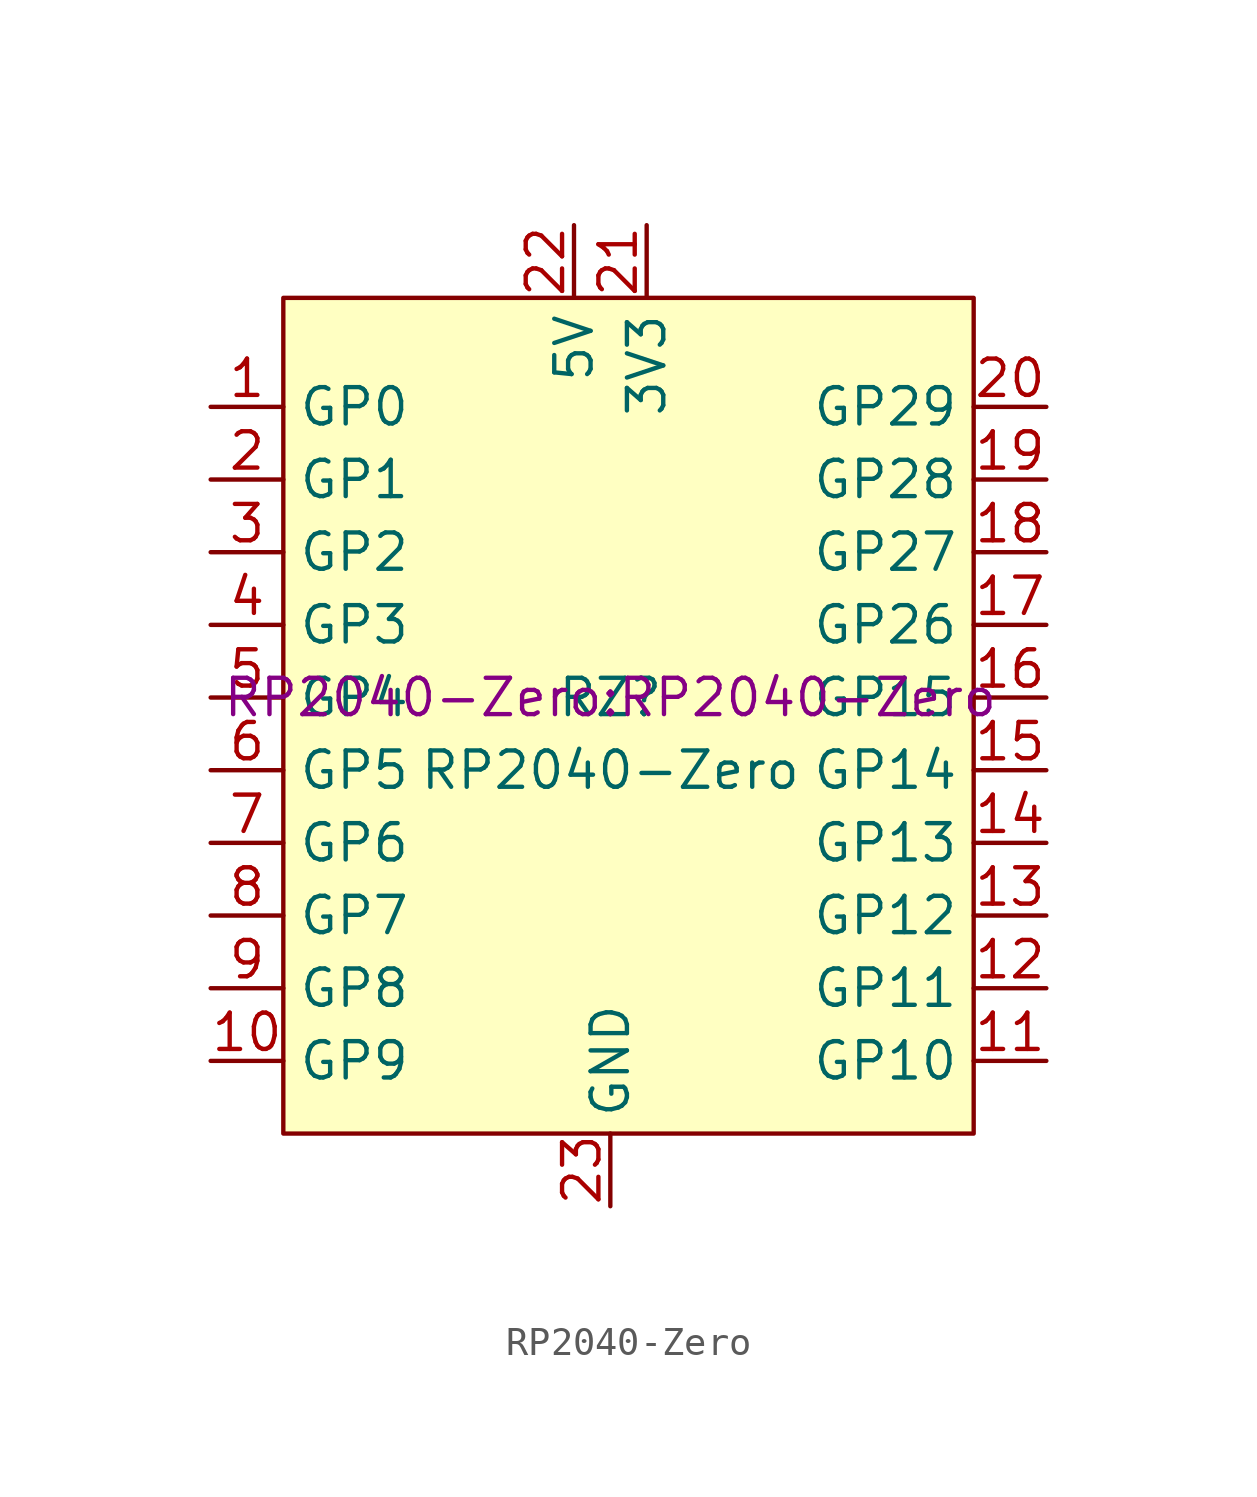
<source format=kicad_sym>
(kicad_symbol_lib
  (version 20211014)
  (generator kicad_symbol_editor)
  (symbol "RP2040-Zero"
    (property "Reference" "RZ"
      (at 0 0 0)
      (effects (font (size 1.27 1.27))))
    (property "Value" "RP2040-Zero"
      (at 0 -2.54 0)
      (effects (font (size 1.27 1.27))))
    (property "Footprint" "RP2040-Zero:RP2040-Zero"
      (at 0 0 0)
      (effects (font (size 1.27 1.27))))
    (symbol "RP2040-Zero_0_1"
      (rectangle (start -11.43 -15.24) (end 12.7 13.97) (stroke (width 0) (type default) (color 0 0 0 0)) (fill (type background))))
    (symbol "RP2040-Zero_1_1"
      (pin bidirectional line (at -13.97 10.16 0) (length 2.54) (name "GP0" (effects (font (size 1.27 1.27)))) (number "1" (effects (font (size 1.27 1.27)))))
      (pin bidirectional line (at -13.97 -12.7 0) (length 2.54) (name "GP9" (effects (font (size 1.27 1.27)))) (number "10" (effects (font (size 1.27 1.27)))))
      (pin bidirectional line (at 15.24 -12.7 180) (length 2.54) (name "GP10" (effects (font (size 1.27 1.27)))) (number "11" (effects (font (size 1.27 1.27)))))
      (pin bidirectional line (at 15.24 -10.16 180) (length 2.54) (name "GP11" (effects (font (size 1.27 1.27)))) (number "12" (effects (font (size 1.27 1.27)))))
      (pin bidirectional line (at 15.24 -7.62 180) (length 2.54) (name "GP12" (effects (font (size 1.27 1.27)))) (number "13" (effects (font (size 1.27 1.27)))))
      (pin bidirectional line (at 15.24 -5.08 180) (length 2.54) (name "GP13" (effects (font (size 1.27 1.27)))) (number "14" (effects (font (size 1.27 1.27)))))
      (pin bidirectional line (at 15.24 -2.54 180) (length 2.54) (name "GP14" (effects (font (size 1.27 1.27)))) (number "15" (effects (font (size 1.27 1.27)))))
      (pin bidirectional line (at 15.24 0 180) (length 2.54) (name "GP15" (effects (font (size 1.27 1.27)))) (number "16" (effects (font (size 1.27 1.27)))))
      (pin bidirectional line (at 15.24 2.54 180) (length 2.54) (name "GP26" (effects (font (size 1.27 1.27)))) (number "17" (effects (font (size 1.27 1.27)))))
      (pin bidirectional line (at 15.24 5.08 180) (length 2.54) (name "GP27" (effects (font (size 1.27 1.27)))) (number "18" (effects (font (size 1.27 1.27)))))
      (pin bidirectional line (at 15.24 7.62 180) (length 2.54) (name "GP28" (effects (font (size 1.27 1.27)))) (number "19" (effects (font (size 1.27 1.27)))))
      (pin bidirectional line (at -13.97 7.62 0) (length 2.54) (name "GP1" (effects (font (size 1.27 1.27)))) (number "2" (effects (font (size 1.27 1.27)))))
      (pin bidirectional line (at 15.24 10.16 180) (length 2.54) (name "GP29" (effects (font (size 1.27 1.27)))) (number "20" (effects (font (size 1.27 1.27)))))
      (pin power_in line (at 1.27 16.51 270) (length 2.54) (name "3V3" (effects (font (size 1.27 1.27)))) (number "21" (effects (font (size 1.27 1.27)))))
      (pin power_in line (at -1.27 16.51 270) (length 2.54) (name "5V" (effects (font (size 1.27 1.27)))) (number "22" (effects (font (size 1.27 1.27)))))
      (pin power_in line (at 0 -17.78 90) (length 2.54) (name "GND" (effects (font (size 1.27 1.27)))) (number "23" (effects (font (size 1.27 1.27)))))
      (pin bidirectional line (at -13.97 5.08 0) (length 2.54) (name "GP2" (effects (font (size 1.27 1.27)))) (number "3" (effects (font (size 1.27 1.27)))))
      (pin bidirectional line (at -13.97 2.54 0) (length 2.54) (name "GP3" (effects (font (size 1.27 1.27)))) (number "4" (effects (font (size 1.27 1.27)))))
      (pin bidirectional line (at -13.97 0 0) (length 2.54) (name "GP4" (effects (font (size 1.27 1.27)))) (number "5" (effects (font (size 1.27 1.27)))))
      (pin bidirectional line (at -13.97 -2.54 0) (length 2.54) (name "GP5" (effects (font (size 1.27 1.27)))) (number "6" (effects (font (size 1.27 1.27)))))
      (pin bidirectional line (at -13.97 -5.08 0) (length 2.54) (name "GP6" (effects (font (size 1.27 1.27)))) (number "7" (effects (font (size 1.27 1.27)))))
      (pin bidirectional line (at -13.97 -7.62 0) (length 2.54) (name "GP7" (effects (font (size 1.27 1.27)))) (number "8" (effects (font (size 1.27 1.27)))))
      (pin bidirectional line (at -13.97 -10.16 0) (length 2.54) (name "GP8" (effects (font (size 1.27 1.27)))) (number "9" (effects (font (size 1.27 1.27))))))))
</source>
